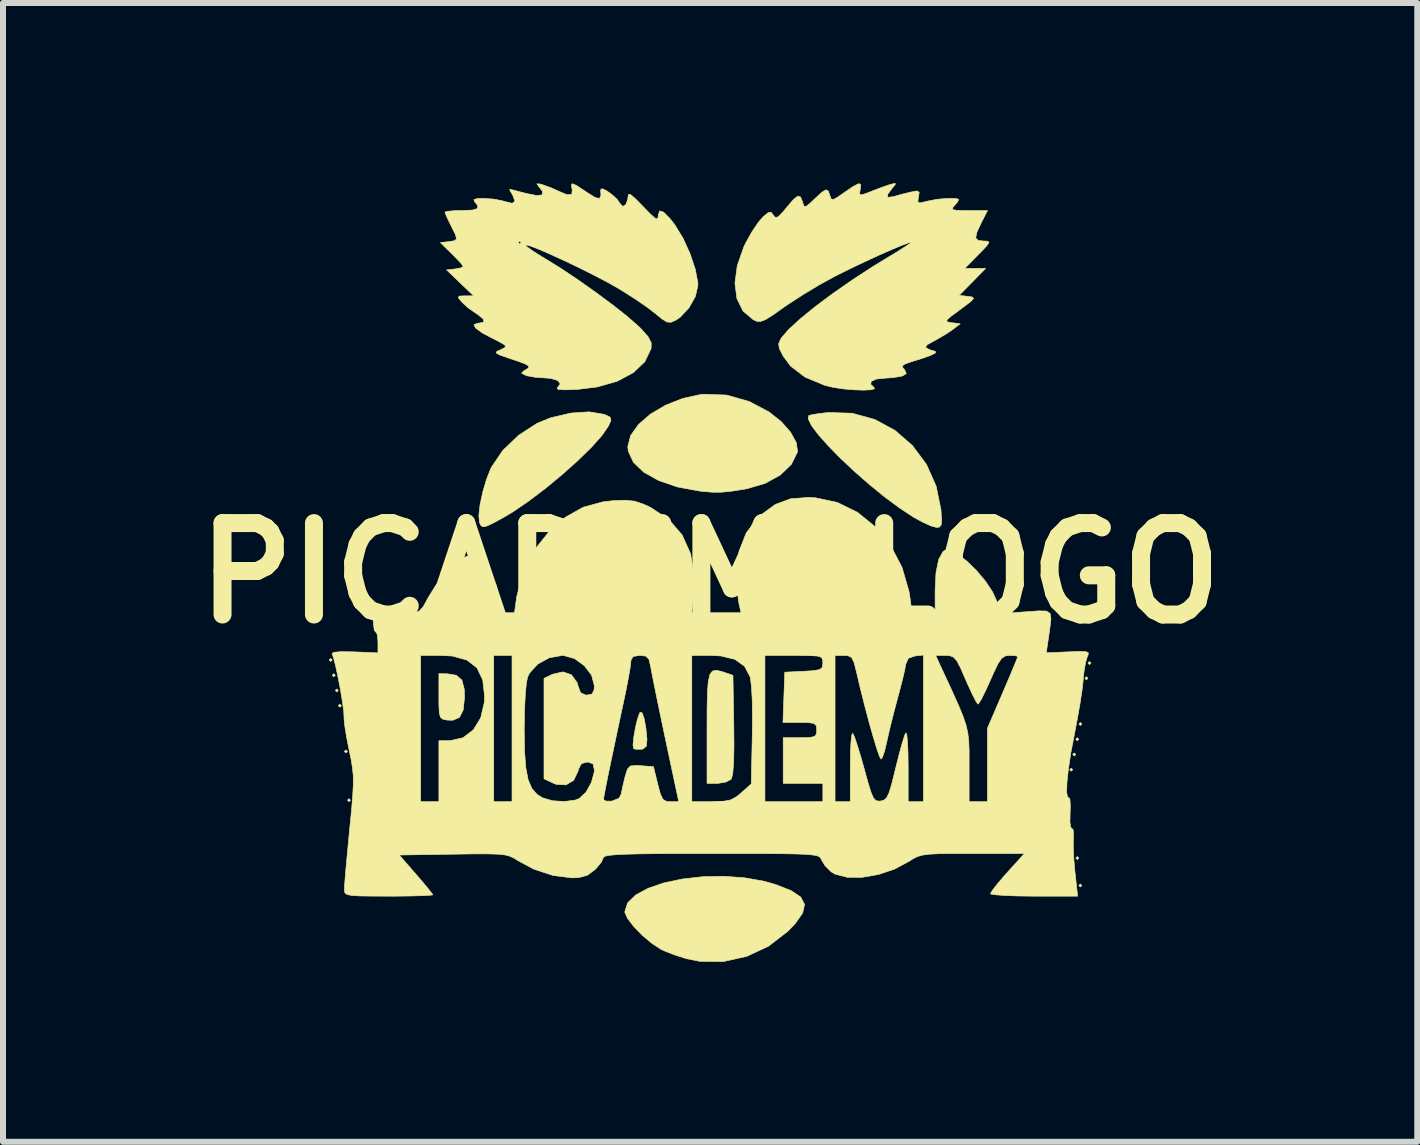
<source format=kicad_pcb>
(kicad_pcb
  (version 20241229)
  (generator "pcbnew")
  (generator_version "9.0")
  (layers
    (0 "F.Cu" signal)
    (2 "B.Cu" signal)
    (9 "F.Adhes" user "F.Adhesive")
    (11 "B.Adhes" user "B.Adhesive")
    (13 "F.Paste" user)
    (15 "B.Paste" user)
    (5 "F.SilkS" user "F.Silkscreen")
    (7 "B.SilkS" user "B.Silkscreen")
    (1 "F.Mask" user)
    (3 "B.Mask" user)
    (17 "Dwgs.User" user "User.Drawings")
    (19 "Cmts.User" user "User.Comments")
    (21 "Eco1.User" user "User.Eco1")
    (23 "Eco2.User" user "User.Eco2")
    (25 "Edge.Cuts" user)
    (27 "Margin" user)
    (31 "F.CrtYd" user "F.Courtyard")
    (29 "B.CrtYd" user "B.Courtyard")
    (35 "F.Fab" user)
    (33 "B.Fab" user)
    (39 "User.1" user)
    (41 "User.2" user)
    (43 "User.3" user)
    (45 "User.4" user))
  (footprint "PICADEMYLOGO"
    (layer "F.Cu")
    (at 8.788 6.505)
    (property "Reference" "PICADEMYLOGO" (at 0 0 0) (layer "F.SilkS") (effects (font (size 1.524 1.524) (thickness 0.3))))
    (attr through_hole)
    (fp_poly (pts (xy -6.299 1.448) (xy -6.325 1.473) (xy -6.35 1.448) (xy -6.325 1.422) (xy -6.299 1.448)) (stroke (width 0.01) (type solid)) (fill yes) (layer "F.SilkS"))
    (fp_poly (pts (xy -6.248 1.702) (xy -6.274 1.727) (xy -6.299 1.702) (xy -6.274 1.676) (xy -6.248 1.702)) (stroke (width 0.01) (type solid)) (fill yes) (layer "F.SilkS"))
    (fp_poly (pts (xy -6.198 1.956) (xy -6.223 1.981) (xy -6.248 1.956) (xy -6.223 1.93) (xy -6.198 1.956)) (stroke (width 0.01) (type solid)) (fill yes) (layer "F.SilkS"))
    (fp_poly (pts (xy -6.147 2.21) (xy -6.172 2.235) (xy -6.198 2.21) (xy -6.172 2.184) (xy -6.147 2.21)) (stroke (width 0.01) (type solid)) (fill yes) (layer "F.SilkS"))
    (fp_poly (pts (xy -6.045 2.972) (xy -6.071 2.997) (xy -6.096 2.972) (xy -6.071 2.946) (xy -6.045 2.972)) (stroke (width 0.01) (type solid)) (fill yes) (layer "F.SilkS"))
    (fp_poly (pts (xy -5.994 3.785) (xy -6.02 3.81) (xy -6.045 3.785) (xy -6.02 3.759) (xy -5.994 3.785)) (stroke (width 0.01) (type solid)) (fill yes) (layer "F.SilkS"))
    (fp_poly (pts (xy 6.045 3.277) (xy 6.02 3.302) (xy 5.994 3.277) (xy 6.02 3.251) (xy 6.045 3.277)) (stroke (width 0.01) (type solid)) (fill yes) (layer "F.SilkS"))
    (fp_poly (pts (xy 6.096 3.023) (xy 6.071 3.048) (xy 6.045 3.023) (xy 6.071 2.997) (xy 6.096 3.023)) (stroke (width 0.01) (type solid)) (fill yes) (layer "F.SilkS"))
    (fp_poly (pts (xy 6.147 2.769) (xy 6.121 2.794) (xy 6.096 2.769) (xy 6.121 2.743) (xy 6.147 2.769)) (stroke (width 0.01) (type solid)) (fill yes) (layer "F.SilkS"))
    (fp_poly (pts (xy 6.147 4.75) (xy 6.121 4.775) (xy 6.096 4.75) (xy 6.121 4.724) (xy 6.147 4.75)) (stroke (width 0.01) (type solid)) (fill yes) (layer "F.SilkS"))
    (fp_poly (pts (xy 6.198 2.515) (xy 6.172 2.54) (xy 6.147 2.515) (xy 6.172 2.489) (xy 6.198 2.515)) (stroke (width 0.01) (type solid)) (fill yes) (layer "F.SilkS"))
    (fp_poly (pts (xy 6.198 5.207) (xy 6.172 5.232) (xy 6.147 5.207) (xy 6.172 5.182) (xy 6.198 5.207)) (stroke (width 0.01) (type solid)) (fill yes) (layer "F.SilkS"))
    (fp_poly (pts (xy 6.299 1.753) (xy 6.274 1.778) (xy 6.248 1.753) (xy 6.274 1.727) (xy 6.299 1.753)) (stroke (width 0.01) (type solid)) (fill yes) (layer "F.SilkS"))
    (fp_poly (pts (xy 6.35 1.499) (xy 6.325 1.524) (xy 6.299 1.499) (xy 6.325 1.473) (xy 6.35 1.499)) (stroke (width 0.01) (type solid)) (fill yes) (layer "F.SilkS"))
    (fp_poly (pts (xy -4.381 1.678) (xy -4.229 1.703) (xy -4.138 1.783) (xy -4.098 1.935) (xy -4.094 2.073) (xy -4.116 2.282) (xy -4.177 2.404) (xy -4.287 2.452) (xy -4.381 2.45) (xy -4.453 2.436) (xy -4.494 2.404) (xy -4.514 2.331) (xy -4.521 2.194) (xy -4.521 2.054) (xy -4.521 1.676) (xy -4.381 1.678)) (stroke (width 0.01) (type solid)) (fill yes) (layer "F.SilkS"))
    (fp_poly (pts (xy -1.132 2.331) (xy -1.099 2.426) (xy -1.07 2.585) (xy -1.052 2.769) (xy -1.061 2.883) (xy -1.119 2.931) (xy -1.145 2.936) (xy -1.242 2.936) (xy -1.277 2.922) (xy -1.285 2.859) (xy -1.272 2.733) (xy -1.246 2.581) (xy -1.212 2.437) (xy -1.177 2.337) (xy -1.165 2.317) (xy -1.132 2.331)) (stroke (width 0.01) (type solid)) (fill yes) (layer "F.SilkS"))
    (fp_poly (pts (xy 0.186 1.637) (xy 0.247 1.657) (xy 0.381 1.704) (xy 0.395 2.534) (xy 0.398 2.899) (xy 0.392 3.167) (xy 0.377 3.343) (xy 0.354 3.43) (xy 0.351 3.435) (xy 0.263 3.483) (xy 0.129 3.505) (xy 0.121 3.505) (xy -0.051 3.505) (xy -0.051 2.589) (xy -0.05 2.241) (xy -0.044 1.983) (xy -0.03 1.803) (xy -0.003 1.69) (xy 0.039 1.633) (xy 0.101 1.619) (xy 0.186 1.637)) (stroke (width 0.01) (type solid)) (fill yes) (layer "F.SilkS"))
    (fp_poly (pts (xy 2.369 -2.666) (xy 2.743 -2.563) (xy 3.082 -2.38) (xy 3.374 -2.126) (xy 3.607 -1.813) (xy 3.769 -1.449) (xy 3.848 -1.061) (xy 3.86 -0.894) (xy 3.853 -0.804) (xy 3.823 -0.768) (xy 3.776 -0.762) (xy 3.683 -0.787) (xy 3.538 -0.853) (xy 3.389 -0.935) (xy 3.158 -1.087) (xy 2.91 -1.271) (xy 2.656 -1.478) (xy 2.408 -1.695) (xy 2.177 -1.912) (xy 1.973 -2.12) (xy 1.807 -2.306) (xy 1.691 -2.46) (xy 1.636 -2.573) (xy 1.643 -2.625) (xy 1.703 -2.643) (xy 1.834 -2.663) (xy 1.972 -2.678) (xy 2.369 -2.666)) (stroke (width 0.01) (type solid)) (fill yes) (layer "F.SilkS"))
    (fp_poly (pts (xy -1.773 -2.649) (xy -1.754 -2.642) (xy -1.666 -2.6) (xy -1.653 -2.546) (xy -1.695 -2.452) (xy -1.802 -2.296) (xy -1.977 -2.1) (xy -2.204 -1.878) (xy -2.465 -1.645) (xy -2.744 -1.414) (xy -3.024 -1.202) (xy -3.288 -1.022) (xy -3.432 -0.936) (xy -3.612 -0.837) (xy -3.725 -0.784) (xy -3.788 -0.772) (xy -3.823 -0.797) (xy -3.845 -0.844) (xy -3.855 -0.96) (xy -3.835 -1.14) (xy -3.79 -1.352) (xy -3.727 -1.565) (xy -3.654 -1.75) (xy -3.649 -1.76) (xy -3.457 -2.045) (xy -3.193 -2.298) (xy -2.886 -2.497) (xy -2.659 -2.59) (xy -2.319 -2.669) (xy -2.017 -2.689) (xy -1.773 -2.649)) (stroke (width 0.01) (type solid)) (fill yes) (layer "F.SilkS"))
    (fp_poly (pts (xy 0.57 5.078) (xy 0.906 5.137) (xy 1.092 5.191) (xy 1.352 5.293) (xy 1.512 5.401) (xy 1.575 5.523) (xy 1.543 5.667) (xy 1.419 5.842) (xy 1.298 5.969) (xy 0.975 6.218) (xy 0.61 6.389) (xy 0.22 6.475) (xy -0.174 6.471) (xy -0.395 6.427) (xy -0.58 6.368) (xy -0.75 6.303) (xy -0.815 6.273) (xy -0.968 6.174) (xy -1.127 6.04) (xy -1.271 5.893) (xy -1.376 5.757) (xy -1.422 5.653) (xy -1.422 5.645) (xy -1.375 5.497) (xy -1.24 5.365) (xy -1.034 5.254) (xy -0.771 5.164) (xy -0.464 5.099) (xy -0.129 5.061) (xy 0.221 5.053) (xy 0.57 5.078)) (stroke (width 0.01) (type solid)) (fill yes) (layer "F.SilkS"))
    (fp_poly (pts (xy 0.274 -2.969) (xy 0.654 -2.861) (xy 0.983 -2.687) (xy 1.185 -2.527) (xy 1.34 -2.351) (xy 1.436 -2.179) (xy 1.458 -2.031) (xy 1.455 -2.016) (xy 1.354 -1.813) (xy 1.17 -1.636) (xy 0.918 -1.497) (xy 0.616 -1.408) (xy 0.584 -1.402) (xy 0.361 -1.367) (xy 0.198 -1.35) (xy 0.056 -1.348) (xy -0.105 -1.361) (xy -0.178 -1.369) (xy -0.545 -1.437) (xy -0.857 -1.544) (xy -1.105 -1.683) (xy -1.278 -1.848) (xy -1.364 -2.033) (xy -1.372 -2.111) (xy -1.324 -2.296) (xy -1.192 -2.48) (xy -0.993 -2.652) (xy -0.742 -2.8) (xy -0.459 -2.912) (xy -0.158 -2.978) (xy -0.105 -2.983) (xy 0.274 -2.969)) (stroke (width 0.01) (type solid)) (fill yes) (layer "F.SilkS"))
    (fp_poly (pts (xy 3.086 -6.476) (xy 3.035 -6.416) (xy 2.958 -6.312) (xy 2.965 -6.265) (xy 3.054 -6.276) (xy 3.061 -6.278) (xy 3.194 -6.316) (xy 3.34 -6.352) (xy 3.45 -6.372) (xy 3.486 -6.349) (xy 3.474 -6.27) (xy 3.462 -6.193) (xy 3.495 -6.172) (xy 3.598 -6.195) (xy 3.614 -6.2) (xy 3.786 -6.233) (xy 3.971 -6.248) (xy 3.983 -6.248) (xy 4.108 -6.245) (xy 4.147 -6.227) (xy 4.116 -6.177) (xy 4.089 -6.147) (xy 4.044 -6.091) (xy 4.045 -6.061) (xy 4.111 -6.048) (xy 4.257 -6.045) (xy 4.311 -6.045) (xy 4.625 -6.045) (xy 4.522 -5.844) (xy 4.447 -5.683) (xy 4.428 -5.589) (xy 4.467 -5.547) (xy 4.557 -5.537) (xy 4.629 -5.534) (xy 4.65 -5.514) (xy 4.615 -5.46) (xy 4.517 -5.356) (xy 4.47 -5.309) (xy 4.246 -5.08) (xy 4.593 -5.08) (xy 4.373 -4.855) (xy 4.152 -4.631) (xy 4.299 -4.614) (xy 4.372 -4.603) (xy 4.393 -4.581) (xy 4.353 -4.535) (xy 4.243 -4.45) (xy 4.167 -4.394) (xy 4.022 -4.287) (xy 3.951 -4.225) (xy 3.945 -4.193) (xy 3.996 -4.179) (xy 4.029 -4.175) (xy 4.17 -4.158) (xy 4.054 -4.068) (xy 3.933 -3.986) (xy 3.777 -3.895) (xy 3.734 -3.872) (xy 3.616 -3.806) (xy 3.591 -3.763) (xy 3.66 -3.725) (xy 3.759 -3.695) (xy 3.755 -3.67) (xy 3.672 -3.628) (xy 3.531 -3.579) (xy 3.348 -3.522) (xy 3.246 -3.485) (xy 3.206 -3.456) (xy 3.214 -3.424) (xy 3.245 -3.386) (xy 3.271 -3.327) (xy 3.211 -3.29) (xy 3.189 -3.283) (xy 3.049 -3.26) (xy 2.921 -3.251) (xy 2.767 -3.235) (xy 2.683 -3.195) (xy 2.681 -3.142) (xy 2.724 -3.106) (xy 2.742 -3.075) (xy 2.68 -3.057) (xy 2.559 -3.051) (xy 2.4 -3.056) (xy 2.225 -3.071) (xy 2.054 -3.097) (xy 1.912 -3.131) (xy 1.583 -3.268) (xy 1.342 -3.452) (xy 1.219 -3.618) (xy 1.155 -3.743) (xy 1.143 -3.825) (xy 1.178 -3.904) (xy 1.19 -3.923) (xy 1.307 -4.059) (xy 1.498 -4.235) (xy 1.748 -4.439) (xy 2.044 -4.66) (xy 2.37 -4.887) (xy 2.712 -5.11) (xy 2.908 -5.23) (xy 3.094 -5.342) (xy 3.241 -5.435) (xy 3.332 -5.496) (xy 3.353 -5.514) (xy 3.31 -5.507) (xy 3.194 -5.464) (xy 3.022 -5.392) (xy 2.811 -5.299) (xy 2.581 -5.193) (xy 2.347 -5.082) (xy 2.129 -4.974) (xy 2.071 -4.944) (xy 1.816 -4.804) (xy 1.541 -4.638) (xy 1.293 -4.477) (xy 1.229 -4.433) (xy 1.047 -4.304) (xy 0.925 -4.228) (xy 0.842 -4.196) (xy 0.778 -4.199) (xy 0.72 -4.225) (xy 0.549 -4.37) (xy 0.447 -4.577) (xy 0.414 -4.834) (xy 0.453 -5.127) (xy 0.563 -5.441) (xy 0.598 -5.512) (xy 0.698 -5.691) (xy 0.804 -5.848) (xy 0.879 -5.935) (xy 0.968 -6.01) (xy 1.017 -6.017) (xy 1.055 -5.967) (xy 1.091 -5.927) (xy 1.139 -5.943) (xy 1.219 -6.026) (xy 1.271 -6.09) (xy 1.388 -6.227) (xy 1.462 -6.286) (xy 1.508 -6.272) (xy 1.541 -6.19) (xy 1.542 -6.186) (xy 1.564 -6.121) (xy 1.597 -6.112) (xy 1.665 -6.164) (xy 1.741 -6.237) (xy 1.862 -6.349) (xy 1.932 -6.391) (xy 1.971 -6.369) (xy 1.997 -6.296) (xy 2.018 -6.239) (xy 2.055 -6.229) (xy 2.131 -6.271) (xy 2.239 -6.347) (xy 2.393 -6.452) (xy 2.481 -6.494) (xy 2.513 -6.475) (xy 2.504 -6.401) (xy 2.49 -6.329) (xy 2.513 -6.305) (xy 2.595 -6.328) (xy 2.699 -6.369) (xy 2.854 -6.429) (xy 2.994 -6.477) (xy 2.997 -6.478) (xy 3.085 -6.5) (xy 3.086 -6.476)) (stroke (width 0.01) (type solid)) (fill yes) (layer "F.SilkS"))
    (fp_poly (pts (xy -2.229 -6.464) (xy -2.1 -6.379) (xy -2.054 -6.348) (xy -1.917 -6.262) (xy -1.843 -6.246) (xy -1.819 -6.301) (xy -1.826 -6.392) (xy -1.8 -6.41) (xy -1.728 -6.377) (xy -1.637 -6.312) (xy -1.552 -6.234) (xy -1.502 -6.162) (xy -1.501 -6.161) (xy -1.455 -6.113) (xy -1.404 -6.144) (xy -1.372 -6.233) (xy -1.37 -6.264) (xy -1.361 -6.314) (xy -1.325 -6.311) (xy -1.248 -6.245) (xy -1.139 -6.134) (xy -1.002 -5.993) (xy -0.92 -5.919) (xy -0.879 -5.903) (xy -0.865 -5.938) (xy -0.864 -5.969) (xy -0.841 -6.039) (xy -0.776 -6.019) (xy -0.669 -5.911) (xy -0.586 -5.804) (xy -0.452 -5.585) (xy -0.335 -5.328) (xy -0.248 -5.07) (xy -0.205 -4.846) (xy -0.203 -4.798) (xy -0.244 -4.616) (xy -0.35 -4.426) (xy -0.496 -4.269) (xy -0.566 -4.221) (xy -0.649 -4.183) (xy -0.718 -4.186) (xy -0.806 -4.241) (xy -0.903 -4.321) (xy -1.04 -4.427) (xy -1.233 -4.56) (xy -1.447 -4.697) (xy -1.531 -4.748) (xy -1.715 -4.852) (xy -1.937 -4.968) (xy -2.178 -5.089) (xy -2.422 -5.206) (xy -2.651 -5.311) (xy -2.847 -5.396) (xy -2.994 -5.453) (xy -3.073 -5.473) (xy -3.08 -5.471) (xy -3.05 -5.438) (xy -2.95 -5.367) (xy -2.799 -5.272) (xy -2.732 -5.232) (xy -2.477 -5.074) (xy -2.195 -4.885) (xy -1.905 -4.68) (xy -1.63 -4.476) (xy -1.39 -4.287) (xy -1.207 -4.128) (xy -1.149 -4.072) (xy -1.032 -3.939) (xy -0.981 -3.84) (xy -0.983 -3.747) (xy -0.984 -3.742) (xy -1.089 -3.524) (xy -1.281 -3.342) (xy -1.549 -3.199) (xy -1.882 -3.104) (xy -2.206 -3.064) (xy -2.42 -3.056) (xy -2.535 -3.064) (xy -2.55 -3.086) (xy -2.546 -3.089) (xy -2.498 -3.155) (xy -2.539 -3.211) (xy -2.657 -3.247) (xy -2.759 -3.255) (xy -2.919 -3.266) (xy -3.05 -3.29) (xy -3.071 -3.297) (xy -3.141 -3.332) (xy -3.117 -3.365) (xy -3.077 -3.388) (xy -3.026 -3.423) (xy -3.025 -3.454) (xy -3.086 -3.49) (xy -3.223 -3.54) (xy -3.351 -3.582) (xy -3.501 -3.635) (xy -3.566 -3.669) (xy -3.557 -3.696) (xy -3.516 -3.714) (xy -3.429 -3.756) (xy -3.404 -3.783) (xy -3.445 -3.818) (xy -3.552 -3.877) (xy -3.63 -3.916) (xy -3.803 -4.008) (xy -3.908 -4.085) (xy -3.938 -4.141) (xy -3.883 -4.165) (xy -3.867 -4.166) (xy -3.775 -4.183) (xy -3.777 -4.233) (xy -3.871 -4.311) (xy -3.9 -4.329) (xy -4.036 -4.425) (xy -4.137 -4.517) (xy -4.199 -4.593) (xy -4.181 -4.619) (xy -4.087 -4.623) (xy -3.942 -4.623) (xy -4.167 -4.839) (xy -4.392 -5.055) (xy -4.254 -5.071) (xy -4.153 -5.09) (xy -4.115 -5.112) (xy -4.148 -5.159) (xy -4.233 -5.252) (xy -4.305 -5.324) (xy -4.496 -5.51) (xy -4.481 -5.512) (xy -3.2 -5.512) (xy -3.175 -5.486) (xy -3.15 -5.512) (xy -3.175 -5.537) (xy -3.2 -5.512) (xy -4.481 -5.512) (xy -4.356 -5.527) (xy -4.264 -5.541) (xy -4.227 -5.57) (xy -4.243 -5.639) (xy -4.308 -5.771) (xy -4.318 -5.791) (xy -4.38 -5.918) (xy -4.416 -6.003) (xy -4.42 -6.018) (xy -4.374 -6.033) (xy -4.255 -6.043) (xy -4.14 -6.045) (xy -3.963 -6.053) (xy -3.877 -6.079) (xy -3.875 -6.131) (xy -3.922 -6.187) (xy -3.939 -6.226) (xy -3.881 -6.245) (xy -3.773 -6.248) (xy -3.6 -6.235) (xy -3.446 -6.203) (xy -3.425 -6.196) (xy -3.3 -6.166) (xy -3.253 -6.198) (xy -3.286 -6.292) (xy -3.292 -6.302) (xy -3.335 -6.378) (xy -3.341 -6.4) (xy -3.288 -6.388) (xy -3.168 -6.357) (xy -3.061 -6.329) (xy -2.884 -6.294) (xy -2.796 -6.308) (xy -2.796 -6.368) (xy -2.857 -6.447) (xy -2.887 -6.49) (xy -2.84 -6.489) (xy -2.794 -6.476) (xy -2.65 -6.424) (xy -2.53 -6.369) (xy -2.382 -6.308) (xy -2.306 -6.315) (xy -2.298 -6.389) (xy -2.301 -6.401) (xy -2.314 -6.471) (xy -2.296 -6.493) (xy -2.229 -6.464)) (stroke (width 0.01) (type solid)) (fill yes) (layer "F.SilkS"))
    (fp_poly (pts (xy 1.754 -1.257) (xy 2.121 -1.179) (xy 2.46 -1.012) (xy 2.76 -0.768) (xy 3.01 -0.46) (xy 3.199 -0.098) (xy 3.316 0.305) (xy 3.332 0.406) (xy 3.366 0.66) (xy 3.752 0.66) (xy 3.751 0.292) (xy 3.766 -0.008) (xy 3.811 -0.228) (xy 3.884 -0.36) (xy 3.909 -0.38) (xy 4.002 -0.381) (xy 4.133 -0.314) (xy 4.286 -0.195) (xy 4.444 -0.04) (xy 4.591 0.135) (xy 4.709 0.313) (xy 4.776 0.461) (xy 4.847 0.674) (xy 5.268 0.644) (xy 5.479 0.629) (xy 5.607 0.632) (xy 5.669 0.672) (xy 5.682 0.766) (xy 5.662 0.934) (xy 5.644 1.058) (xy 5.605 1.328) (xy 5.973 1.312) (xy 6.161 1.305) (xy 6.266 1.309) (xy 6.306 1.329) (xy 6.3 1.368) (xy 6.29 1.389) (xy 6.259 1.49) (xy 6.232 1.651) (xy 6.221 1.77) (xy 6.203 1.935) (xy 6.168 2.168) (xy 6.121 2.436) (xy 6.073 2.687) (xy 6.014 2.995) (xy 5.973 3.268) (xy 5.949 3.491) (xy 5.944 3.652) (xy 5.959 3.735) (xy 5.982 3.742) (xy 5.999 3.774) (xy 6.006 3.881) (xy 6.002 3.999) (xy 5.999 4.146) (xy 6.011 4.237) (xy 6.028 4.252) (xy 6.053 4.278) (xy 6.059 4.376) (xy 6.056 4.411) (xy 6.054 4.555) (xy 6.063 4.757) (xy 6.082 4.975) (xy 6.084 4.991) (xy 6.127 5.385) (xy 5.401 5.385) (xy 5.142 5.382) (xy 4.924 5.374) (xy 4.764 5.363) (xy 4.681 5.349) (xy 4.674 5.343) (xy 4.706 5.288) (xy 4.791 5.179) (xy 4.912 5.037) (xy 4.957 4.987) (xy 5.241 4.674) (xy 4.375 4.674) (xy 4.059 4.674) (xy 3.826 4.677) (xy 3.66 4.685) (xy 3.544 4.7) (xy 3.459 4.723) (xy 3.389 4.758) (xy 3.322 4.801) (xy 3.077 4.933) (xy 2.806 5.024) (xy 2.534 5.071) (xy 2.285 5.07) (xy 2.084 5.018) (xy 2.016 4.977) (xy 1.914 4.874) (xy 1.854 4.774) (xy 1.842 4.747) (xy 1.819 4.726) (xy 1.775 4.709) (xy 1.699 4.697) (xy 1.582 4.687) (xy 1.413 4.681) (xy 1.183 4.677) (xy 0.881 4.675) (xy 0.498 4.674) (xy 0.023 4.674) (xy 0.022 4.674) (xy -0.468 4.674) (xy -0.865 4.676) (xy -1.178 4.68) (xy -1.415 4.686) (xy -1.585 4.695) (xy -1.696 4.706) (xy -1.758 4.721) (xy -1.778 4.739) (xy -1.778 4.74) (xy -1.812 4.816) (xy -1.897 4.92) (xy -1.92 4.943) (xy -2.045 5.036) (xy -2.188 5.075) (xy -2.3 5.08) (xy -2.614 5.041) (xy -2.94 4.934) (xy -3.201 4.794) (xy -3.271 4.75) (xy -3.34 4.718) (xy -3.424 4.697) (xy -3.54 4.685) (xy -3.705 4.68) (xy -3.937 4.68) (xy -4.251 4.685) (xy -4.285 4.685) (xy -5.182 4.699) (xy -4.903 5.02) (xy -4.775 5.169) (xy -4.678 5.287) (xy -4.627 5.354) (xy -4.623 5.363) (xy -4.671 5.37) (xy -4.802 5.377) (xy -5 5.382) (xy -5.245 5.385) (xy -5.359 5.385) (xy -5.646 5.384) (xy -5.847 5.381) (xy -5.977 5.373) (xy -6.051 5.358) (xy -6.086 5.333) (xy -6.096 5.296) (xy -6.097 5.271) (xy -6.092 5.184) (xy -6.079 5.015) (xy -6.058 4.783) (xy -6.032 4.508) (xy -6.01 4.277) (xy -5.978 3.955) (xy -5.958 3.713) (xy -5.948 3.528) (xy -5.949 3.379) (xy -5.962 3.245) (xy -5.985 3.104) (xy -6.016 2.956) (xy -6.058 2.745) (xy -6.088 2.563) (xy -6.102 2.439) (xy -6.102 2.413) (xy -6.107 2.311) (xy -6.129 2.146) (xy -6.162 1.946) (xy -6.202 1.738) (xy -6.242 1.55) (xy -6.278 1.409) (xy -6.292 1.372) (xy -4.826 1.372) (xy -4.826 3.81) (xy -4.521 3.81) (xy -4.521 2.794) (xy -4.331 2.792) (xy -4.119 2.744) (xy -3.946 2.612) (xy -3.824 2.411) (xy -3.764 2.156) (xy -3.759 2.057) (xy -3.79 1.781) (xy -3.886 1.58) (xy -4.053 1.449) (xy -4.296 1.382) (xy -4.482 1.372) (xy -3.607 1.372) (xy -3.607 3.81) (xy -3.302 3.81) (xy -3.302 2.611) (xy -3.099 2.611) (xy -3.093 2.971) (xy -3.072 3.245) (xy -3.033 3.446) (xy -2.972 3.589) (xy -2.885 3.688) (xy -2.794 3.745) (xy -2.628 3.794) (xy -2.429 3.807) (xy -2.248 3.783) (xy -2.229 3.776) (xy -1.778 3.776) (xy -1.735 3.8) (xy -1.639 3.801) (xy -1.518 3.753) (xy -1.482 3.683) (xy -1.459 3.567) (xy -1.422 3.413) (xy -1.416 3.388) (xy -1.378 3.266) (xy -1.327 3.214) (xy -1.225 3.206) (xy -1.155 3.21) (xy -0.944 3.226) (xy -0.873 3.518) (xy -0.829 3.682) (xy -0.787 3.77) (xy -0.731 3.804) (xy -0.662 3.81) (xy -0.522 3.81) (xy -0.612 3.391) (xy -0.728 2.844) (xy -0.824 2.388) (xy -0.899 2.025) (xy -0.953 1.757) (xy -0.986 1.586) (xy -0.99 1.562) (xy -1.019 1.436) (xy -1.071 1.383) (xy -1.171 1.372) (xy -0.305 1.372) (xy -0.305 3.81) (xy 0.025 3.81) (xy 0.215 3.805) (xy 0.341 3.781) (xy 0.441 3.727) (xy 0.52 3.662) (xy 0.686 3.514) (xy 0.703 2.711) (xy 0.706 2.386) (xy 0.702 2.104) (xy 0.689 1.884) (xy 0.671 1.743) (xy 0.667 1.728) (xy 0.574 1.552) (xy 0.414 1.437) (xy 0.179 1.38) (xy 0.005 1.372) (xy 0.914 1.372) (xy 0.914 3.81) (xy 1.88 3.81) (xy 1.88 3.505) (xy 1.219 3.505) (xy 1.219 2.743) (xy 1.499 2.743) (xy 1.659 2.74) (xy 1.742 2.722) (xy 1.773 2.68) (xy 1.778 2.616) (xy 1.771 2.544) (xy 1.733 2.506) (xy 1.639 2.491) (xy 1.497 2.489) (xy 1.215 2.489) (xy 1.23 2.07) (xy 1.245 1.651) (xy 1.562 1.636) (xy 1.736 1.625) (xy 1.831 1.606) (xy 1.871 1.568) (xy 1.88 1.502) (xy 1.88 1.496) (xy 1.876 1.438) (xy 1.852 1.402) (xy 1.79 1.382) (xy 1.669 1.374) (xy 1.472 1.372) (xy 1.397 1.372) (xy 2.083 1.372) (xy 2.083 3.81) (xy 2.337 3.81) (xy 2.337 3.216) (xy 2.34 2.989) (xy 2.349 2.811) (xy 2.363 2.698) (xy 2.379 2.669) (xy 2.379 2.67) (xy 2.409 2.736) (xy 2.457 2.878) (xy 2.517 3.075) (xy 2.57 3.266) (xy 2.636 3.504) (xy 2.685 3.66) (xy 2.725 3.751) (xy 2.766 3.792) (xy 2.815 3.801) (xy 2.842 3.799) (xy 2.899 3.785) (xy 2.943 3.745) (xy 2.983 3.663) (xy 3.027 3.52) (xy 3.082 3.299) (xy 3.096 3.241) (xy 3.152 3.018) (xy 3.203 2.832) (xy 3.243 2.706) (xy 3.264 2.661) (xy 3.279 2.694) (xy 3.291 2.81) (xy 3.299 2.991) (xy 3.302 3.217) (xy 3.302 3.81) (xy 3.556 3.81) (xy 3.556 1.372) (xy 3.76 1.372) (xy 3.883 1.638) (xy 4.029 1.953) (xy 4.137 2.193) (xy 4.215 2.38) (xy 4.266 2.531) (xy 4.297 2.665) (xy 4.312 2.802) (xy 4.318 2.961) (xy 4.318 3.161) (xy 4.318 3.206) (xy 4.318 3.81) (xy 4.623 3.81) (xy 4.623 2.587) (xy 4.877 1.997) (xy 4.973 1.772) (xy 5.052 1.584) (xy 5.107 1.451) (xy 5.13 1.39) (xy 5.131 1.389) (xy 5.087 1.376) (xy 4.991 1.372) (xy 4.919 1.381) (xy 4.861 1.42) (xy 4.801 1.507) (xy 4.727 1.661) (xy 4.675 1.779) (xy 4.592 1.96) (xy 4.523 2.1) (xy 4.476 2.176) (xy 4.467 2.184) (xy 4.434 2.141) (xy 4.374 2.025) (xy 4.297 1.858) (xy 4.262 1.778) (xy 4.177 1.583) (xy 4.114 1.463) (xy 4.059 1.4) (xy 3.996 1.376) (xy 3.925 1.372) (xy 3.76 1.372) (xy 3.556 1.372) (xy 3.556 1.365) (xy 3.416 1.381) (xy 3.305 1.419) (xy 3.262 1.516) (xy 3.261 1.524) (xy 3.241 1.63) (xy 3.2 1.803) (xy 3.146 2.01) (xy 3.126 2.083) (xy 3.062 2.325) (xy 3 2.572) (xy 2.953 2.777) (xy 2.947 2.807) (xy 2.91 2.963) (xy 2.873 3.069) (xy 2.849 3.099) (xy 2.823 3.052) (xy 2.778 2.923) (xy 2.719 2.728) (xy 2.65 2.484) (xy 2.577 2.207) (xy 2.503 1.914) (xy 2.438 1.638) (xy 2.398 1.483) (xy 2.357 1.404) (xy 2.295 1.375) (xy 2.23 1.372) (xy 2.083 1.372) (xy 1.397 1.372) (xy 0.914 1.372) (xy 0.005 1.372) (xy -0.305 1.372) (xy -1.171 1.372) (xy -1.281 1.388) (xy -1.319 1.449) (xy -1.321 1.475) (xy -1.331 1.565) (xy -1.359 1.729) (xy -1.4 1.943) (xy -1.443 2.148) (xy -1.552 2.659) (xy -1.639 3.072) (xy -1.705 3.389) (xy -1.749 3.611) (xy -1.773 3.741) (xy -1.778 3.776) (xy -2.229 3.776) (xy -2.182 3.758) (xy -2.07 3.653) (xy -1.979 3.491) (xy -1.932 3.317) (xy -1.93 3.279) (xy -1.951 3.181) (xy -2.03 3.15) (xy -2.051 3.15) (xy -2.145 3.175) (xy -2.194 3.268) (xy -2.202 3.303) (xy -2.275 3.454) (xy -2.403 3.53) (xy -2.568 3.52) (xy -2.623 3.497) (xy -2.769 3.428) (xy -2.769 1.754) (xy -2.623 1.684) (xy -2.452 1.646) (xy -2.31 1.695) (xy -2.218 1.824) (xy -2.202 1.879) (xy -2.16 1.992) (xy -2.079 2.031) (xy -2.051 2.032) (xy -1.966 2.015) (xy -1.934 1.944) (xy -1.93 1.875) (xy -1.976 1.701) (xy -2.096 1.543) (xy -2.261 1.424) (xy -2.445 1.372) (xy -2.465 1.372) (xy -2.682 1.411) (xy -2.875 1.517) (xy -3.012 1.668) (xy -3.044 1.736) (xy -3.064 1.844) (xy -3.081 2.031) (xy -3.093 2.27) (xy -3.098 2.54) (xy -3.099 2.611) (xy -3.302 2.611) (xy -3.302 1.372) (xy -3.607 1.372) (xy -4.482 1.372) (xy -4.826 1.372) (xy -6.292 1.372) (xy -6.302 1.346) (xy -6.278 1.32) (xy -6.157 1.309) (xy -5.941 1.312) (xy -5.939 1.312) (xy -5.537 1.329) (xy -5.537 1.144) (xy -5.546 1.031) (xy -5.569 0.982) (xy -5.575 0.983) (xy -5.598 0.953) (xy -5.612 0.849) (xy -5.613 0.79) (xy -5.61 0.655) (xy -5.587 0.599) (xy -5.523 0.6) (xy -5.461 0.617) (xy -5.314 0.644) (xy -5.13 0.659) (xy -5.068 0.66) (xy -4.93 0.656) (xy -4.844 0.629) (xy -4.78 0.556) (xy -4.704 0.416) (xy -4.698 0.405) (xy -4.581 0.215) (xy -4.43 0.026) (xy -4.269 -0.138) (xy -4.121 -0.251) (xy -4.054 -0.282) (xy -3.936 -0.274) (xy -3.837 -0.176) (xy -3.763 0.000369) (xy -3.719 0.245) (xy -3.71 0.445) (xy -3.708 0.66) (xy -3.261 0.66) (xy -3.224 0.394) (xy -3.118 -0.017) (xy -2.917 -0.401) (xy -2.697 -0.676) (xy -2.412 -0.932) (xy -2.116 -1.099) (xy -1.786 -1.189) (xy -1.62 -1.208) (xy -1.413 -1.216) (xy -1.26 -1.2) (xy -1.111 -1.15) (xy -0.993 -1.096) (xy -0.689 -0.896) (xy -0.465 -0.635) (xy -0.323 -0.317) (xy -0.266 0.054) (xy -0.273 0.314) (xy -0.306 0.66) (xy 0.516 0.66) (xy 0.479 0.495) (xy 0.46 0.355) (xy 0.446 0.161) (xy 0.443 -0.001) (xy 0.482 -0.364) (xy 0.603 -0.672) (xy 0.81 -0.936) (xy 0.849 -0.972) (xy 1.088 -1.146) (xy 1.343 -1.24) (xy 1.642 -1.263) (xy 1.754 -1.257)) (stroke (width 0.01) (type solid)) (fill yes) (layer "F.SilkS")))
  (gr_rect
    (start -3 -3)
    (end 20.577 15.985)
    (stroke (width 0.1) (type default))
    (fill no)
    (layer "Edge.Cuts")))
</source>
